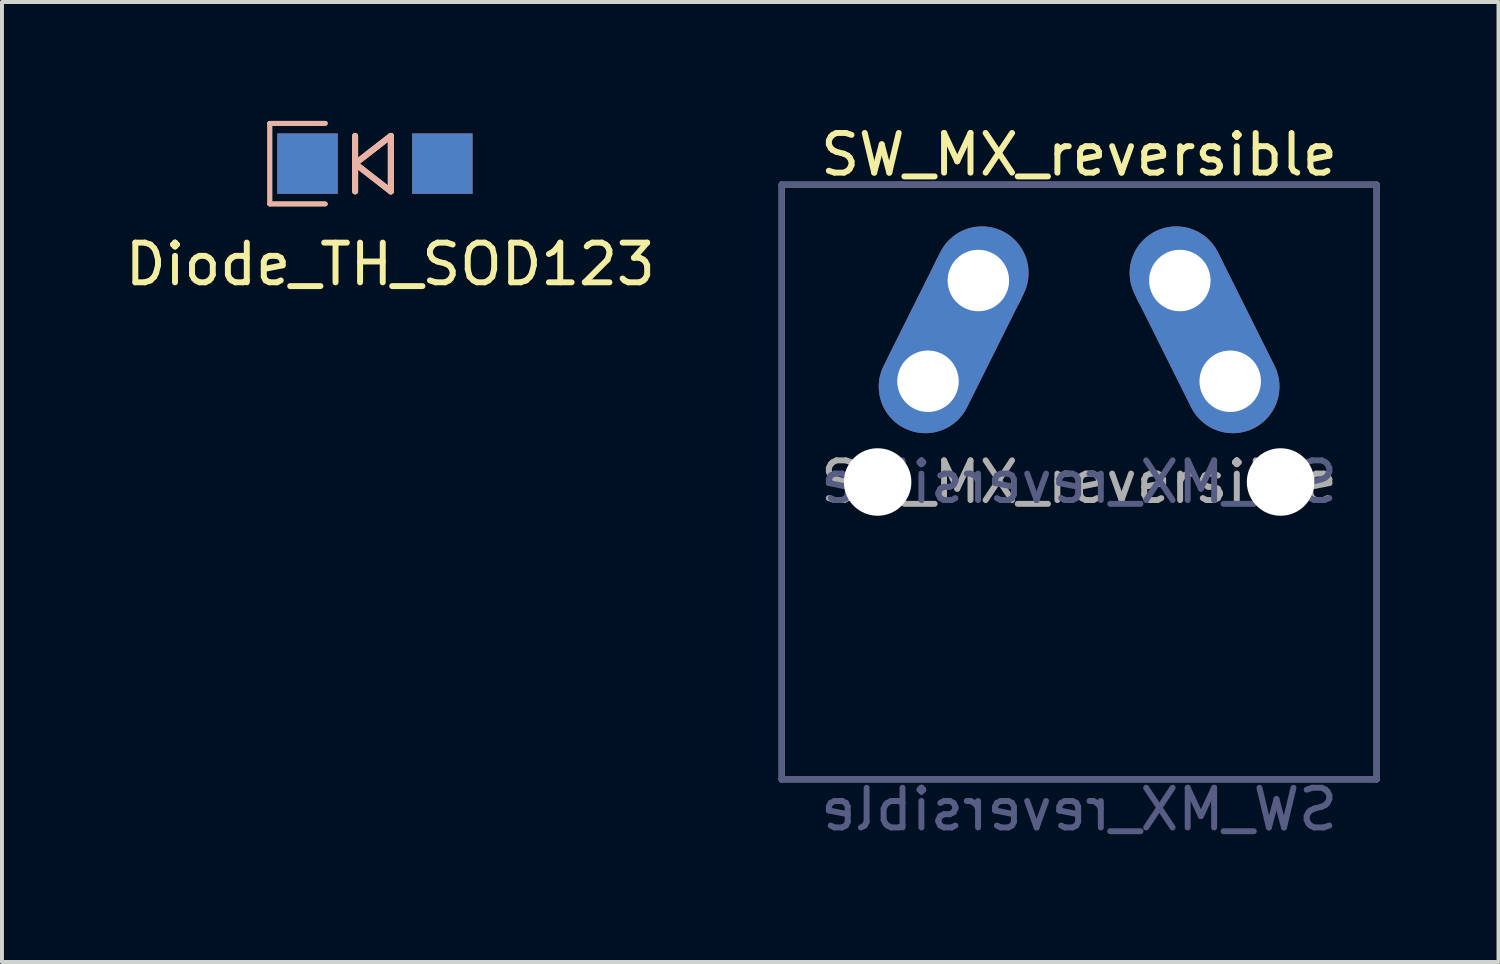
<source format=kicad_pcb>
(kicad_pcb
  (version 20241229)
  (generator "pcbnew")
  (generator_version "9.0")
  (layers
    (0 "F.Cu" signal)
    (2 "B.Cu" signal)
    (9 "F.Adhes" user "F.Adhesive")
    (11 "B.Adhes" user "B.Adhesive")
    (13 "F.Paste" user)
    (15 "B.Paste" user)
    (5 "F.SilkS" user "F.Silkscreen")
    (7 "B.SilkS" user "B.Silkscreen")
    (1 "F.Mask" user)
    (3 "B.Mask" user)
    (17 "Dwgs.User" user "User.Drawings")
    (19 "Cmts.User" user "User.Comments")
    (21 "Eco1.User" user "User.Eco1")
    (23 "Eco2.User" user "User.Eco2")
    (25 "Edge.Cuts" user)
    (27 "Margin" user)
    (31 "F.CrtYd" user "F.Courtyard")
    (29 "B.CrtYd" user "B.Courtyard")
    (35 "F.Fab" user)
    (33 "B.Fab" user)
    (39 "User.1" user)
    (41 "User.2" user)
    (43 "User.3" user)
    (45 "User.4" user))
  (footprint "Diode_TH_SOD123"
    (layer "F.Cu")
    (at 1.404 1.076)
    (property "Reference" "Diode_TH_SOD123" (at 5.387 2.537 0) (layer "F.SilkS") (effects (font (size 1 1) (thickness 0.15))))
    (attr through_hole)
    (fp_line (start 2.349 -1.016) (end 2.349 1.016) (stroke (width 0.12) (type solid)) (layer "F.SilkS"))
    (fp_line (start 2.349 1.016) (end 3.747 1.016) (stroke (width 0.12) (type solid)) (layer "F.SilkS"))
    (fp_line (start 3.747 -1.016) (end 2.349 -1.016) (stroke (width 0.12) (type solid)) (layer "F.SilkS"))
    (fp_line (start 4.5 -0.7) (end 4.5 0.7) (stroke (width 0.15) (type solid)) (layer "F.SilkS"))
    (fp_line (start 4.5 0) (end 5.4 -0.7) (stroke (width 0.15) (type solid)) (layer "F.SilkS"))
    (fp_line (start 5.4 -0.7) (end 5.4 0.7) (stroke (width 0.15) (type solid)) (layer "F.SilkS"))
    (fp_line (start 5.4 0.7) (end 4.5 0) (stroke (width 0.15) (type solid)) (layer "F.SilkS"))
    (fp_line (start 2.349 -1.016) (end 3.747 -1.016) (stroke (width 0.12) (type solid)) (layer "B.SilkS"))
    (fp_line (start 2.349 1.016) (end 2.349 -1.016) (stroke (width 0.12) (type solid)) (layer "B.SilkS"))
    (fp_line (start 3.747 1.016) (end 2.349 1.016) (stroke (width 0.12) (type solid)) (layer "B.SilkS"))
    (fp_line (start 4.5 -0.7) (end 4.5 0.7) (stroke (width 0.15) (type solid)) (layer "B.SilkS"))
    (fp_line (start 4.5 0) (end 5.4 -0.7) (stroke (width 0.15) (type solid)) (layer "B.SilkS"))
    (fp_line (start 5.4 -0.7) (end 5.4 0.7) (stroke (width 0.15) (type solid)) (layer "B.SilkS"))
    (fp_line (start 5.4 0.7) (end 4.5 0) (stroke (width 0.15) (type solid)) (layer "B.SilkS"))
    (pad "1" smd rect (at 3.3 0) (size 1.524 1.524) (layers "F.Cu" "F.Mask" "F.Paste"))
    (pad "1" smd rect (at 3.3 0) (size 1.524 1.524) (layers "B.Cu" "B.Mask" "B.Paste"))
    (pad "2" smd rect (at 6.7 0) (size 1.524 1.524) (layers "F.Cu" "F.Mask" "F.Paste"))
    (pad "2" smd rect (at 6.7 0) (size 1.524 1.524) (layers "B.Cu" "B.Mask" "B.Paste")))
  (footprint "SW_MX_reversible"
    (layer "F.Cu")
    (at 24.158 9.103)
    (property "Reference" "SW_MX_reversible" (at 0 -8.255 0) (layer "F.SilkS") (effects (font (size 1 1) (thickness 0.15))))
    (property "Value" "SW_MX_reversible" (at 0 8.255 0) (layer "F.Fab") (hide yes) (effects (font (size 1 1) (thickness 0.15))))
    (attr through_hole)
    (fp_line (start -6.9 6.9) (end -6.9 -6.9) (stroke (width 0.15) (type solid)) (layer "Eco2.User"))
    (fp_line (start -6.9 6.9) (end 6.9 6.9) (stroke (width 0.15) (type solid)) (layer "Eco2.User"))
    (fp_line (start 6.9 -6.9) (end -6.9 -6.9) (stroke (width 0.15) (type solid)) (layer "Eco2.User"))
    (fp_line (start 6.9 -6.9) (end 6.9 6.9) (stroke (width 0.15) (type solid)) (layer "Eco2.User"))
    (fp_line (start -7.5 -7.5) (end 7.5 -7.5) (stroke (width 0.15) (type solid)) (layer "B.Fab"))
    (fp_line (start -7.5 7.5) (end -7.5 -7.5) (stroke (width 0.15) (type solid)) (layer "B.Fab"))
    (fp_line (start 7.5 -7.5) (end 7.5 7.5) (stroke (width 0.15) (type solid)) (layer "B.Fab"))
    (fp_line (start 7.5 7.5) (end -7.5 7.5) (stroke (width 0.15) (type solid)) (layer "B.Fab"))
    (fp_line (start -7.5 -7.5) (end 7.5 -7.5) (stroke (width 0.15) (type solid)) (layer "F.Fab"))
    (fp_line (start -7.5 7.5) (end -7.5 -7.5) (stroke (width 0.15) (type solid)) (layer "F.Fab"))
    (fp_line (start 7.5 -7.5) (end 7.5 7.5) (stroke (width 0.15) (type solid)) (layer "F.Fab"))
    (fp_line (start 7.5 7.5) (end -7.5 7.5) (stroke (width 0.15) (type solid)) (layer "F.Fab"))
    (fp_text user "${REFERENCE}" (at 0 0 0) (layer "B.Fab") (effects (font (size 1 1) (thickness 0.15)) (justify mirror)))
    (fp_text user "${VALUE}" (at 0 8.255 0) (layer "B.Fab") (effects (font (size 1 1) (thickness 0.15)) (justify mirror)))
    (fp_text user "${REFERENCE}" (at 0 0 0) (layer "F.Fab") (effects (font (size 1 1) (thickness 0.15))))
    (pad "" np_thru_hole circle (at -5.08 0) (size 1.702 1.702) (drill 1.702) (layers "*.Cu" "*.Mask"))
    (pad "" np_thru_hole circle (at 5.08 0) (size 1.702 1.702) (drill 1.702) (layers "*.Cu" "*.Mask"))
    (pad "1" thru_hole oval (at -3.81 -2.54 333.5) (size 2.35 5.55) (drill 1.55 (offset 0 -1.45)) (layers "*.Cu" "*.Mask"))
    (pad "1" thru_hole circle (at -2.54 -5.08) (size 2.35 2.35) (drill 1.55) (layers "*.Cu" "*.Mask") (remove_unused_layers yes) (keep_end_layers yes) (zone_layer_connections))
    (pad "2" thru_hole circle (at 2.54 -5.08) (size 2.35 2.35) (drill 1.55) (layers "*.Cu" "*.Mask"))
    (pad "2" thru_hole oval (at 3.81 -2.54 26.5) (size 2.35 5.55) (drill 1.55 (offset 0 -1.45)) (layers "*.Cu" "*.Mask")))
  (gr_rect
    (start -3 -3)
    (end 34.733 21.206)
    (stroke (width 0.1) (type default))
    (fill no)
    (layer "Edge.Cuts")))
</source>
